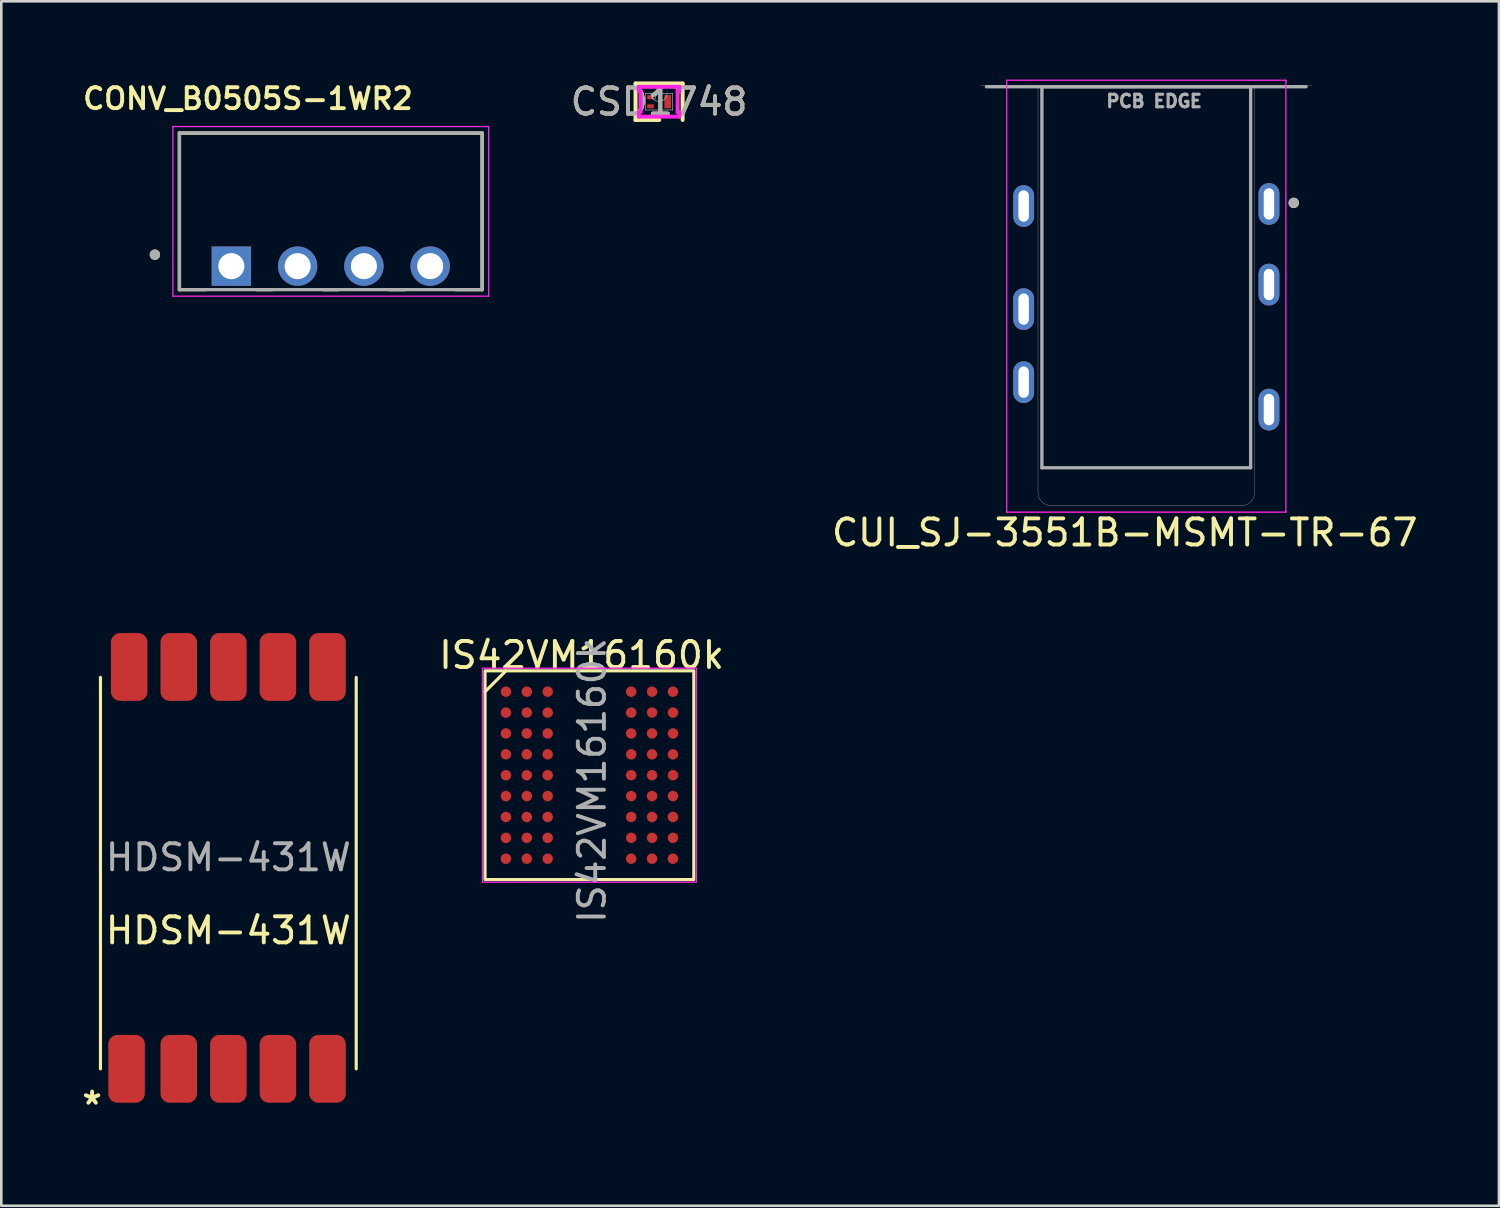
<source format=kicad_pcb>
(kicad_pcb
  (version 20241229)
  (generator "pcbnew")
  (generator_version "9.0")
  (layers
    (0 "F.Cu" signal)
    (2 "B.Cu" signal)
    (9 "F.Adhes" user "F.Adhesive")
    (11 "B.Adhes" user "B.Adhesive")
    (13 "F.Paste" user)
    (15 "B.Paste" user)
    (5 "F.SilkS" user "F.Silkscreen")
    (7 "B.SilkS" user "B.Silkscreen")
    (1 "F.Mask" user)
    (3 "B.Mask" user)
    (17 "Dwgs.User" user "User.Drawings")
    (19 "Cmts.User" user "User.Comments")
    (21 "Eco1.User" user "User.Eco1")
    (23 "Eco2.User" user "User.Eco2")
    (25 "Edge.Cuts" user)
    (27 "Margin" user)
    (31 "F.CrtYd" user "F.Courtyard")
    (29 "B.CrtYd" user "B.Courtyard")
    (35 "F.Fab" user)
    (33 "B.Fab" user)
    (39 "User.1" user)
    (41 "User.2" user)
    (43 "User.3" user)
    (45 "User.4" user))
  (footprint "IS42VM16160k"
    (layer "F.Cu")
    (at 15.437 22.556)
    (property "Reference" "IS42VM16160k" (at 3.8 -0.5 0) (unlocked yes) (layer "F.SilkS") (effects (font (size 1 1) (thickness 0.15))))
    (attr smd)
    (fp_line (start 0.9 0.1) (end 0.1 0.9) (stroke (width 0.12) (type default)) (layer "F.SilkS"))
    (fp_rect (start 0.1 0.1) (end 8.1 8.1) (stroke (width 0.12) (type default)) (fill no) (layer "F.SilkS"))
    (fp_rect (start 0 0) (end 8.2 8.2) (stroke (width 0.05) (type default)) (fill no) (layer "F.CrtYd"))
    (fp_text user "${REFERENCE}" (at 4.2 4.3 90) (unlocked yes) (layer "F.Fab") (effects (font (size 1 1) (thickness 0.15))))
    (pad "A1" smd circle (at 0.9 0.9) (size 0.4 0.4) (layers "F.Cu" "F.Mask" "F.Paste"))
    (pad "A2" smd circle (at 1.7 0.9) (size 0.4 0.4) (layers "F.Cu" "F.Mask" "F.Paste"))
    (pad "A3" smd circle (at 2.5 0.9) (size 0.4 0.4) (layers "F.Cu" "F.Mask" "F.Paste"))
    (pad "A7" smd circle (at 5.7 0.9) (size 0.4 0.4) (layers "F.Cu" "F.Mask" "F.Paste"))
    (pad "A8" smd circle (at 6.5 0.9) (size 0.4 0.4) (layers "F.Cu" "F.Mask" "F.Paste"))
    (pad "A9" smd circle (at 7.3 0.9) (size 0.4 0.4) (layers "F.Cu" "F.Mask" "F.Paste"))
    (pad "B1" smd circle (at 0.9 1.7) (size 0.4 0.4) (layers "F.Cu" "F.Mask" "F.Paste"))
    (pad "B2" smd circle (at 1.7 1.7) (size 0.4 0.4) (layers "F.Cu" "F.Mask" "F.Paste"))
    (pad "B3" smd circle (at 2.5 1.7) (size 0.4 0.4) (layers "F.Cu" "F.Mask" "F.Paste"))
    (pad "B7" smd circle (at 5.7 1.7) (size 0.4 0.4) (layers "F.Cu" "F.Mask" "F.Paste"))
    (pad "B8" smd circle (at 6.5 1.7) (size 0.4 0.4) (layers "F.Cu" "F.Mask" "F.Paste"))
    (pad "B9" smd circle (at 7.3 1.7) (size 0.4 0.4) (layers "F.Cu" "F.Mask" "F.Paste"))
    (pad "C1" smd circle (at 0.9 2.5) (size 0.4 0.4) (layers "F.Cu" "F.Mask" "F.Paste"))
    (pad "C2" smd circle (at 1.7 2.5) (size 0.4 0.4) (layers "F.Cu" "F.Mask" "F.Paste"))
    (pad "C3" smd circle (at 2.5 2.5) (size 0.4 0.4) (layers "F.Cu" "F.Mask" "F.Paste"))
    (pad "C7" smd circle (at 5.7 2.5) (size 0.4 0.4) (layers "F.Cu" "F.Mask" "F.Paste"))
    (pad "C8" smd circle (at 6.5 2.5) (size 0.4 0.4) (layers "F.Cu" "F.Mask" "F.Paste"))
    (pad "C9" smd circle (at 7.3 2.5) (size 0.4 0.4) (layers "F.Cu" "F.Mask" "F.Paste"))
    (pad "D1" smd circle (at 0.9 3.3) (size 0.4 0.4) (layers "F.Cu" "F.Mask" "F.Paste"))
    (pad "D2" smd circle (at 1.7 3.3) (size 0.4 0.4) (layers "F.Cu" "F.Mask" "F.Paste"))
    (pad "D3" smd circle (at 2.5 3.3) (size 0.4 0.4) (layers "F.Cu" "F.Mask" "F.Paste"))
    (pad "D7" smd circle (at 5.7 3.3) (size 0.4 0.4) (layers "F.Cu" "F.Mask" "F.Paste"))
    (pad "D8" smd circle (at 6.5 3.3) (size 0.4 0.4) (layers "F.Cu" "F.Mask" "F.Paste"))
    (pad "D9" smd circle (at 7.3 3.3) (size 0.4 0.4) (layers "F.Cu" "F.Mask" "F.Paste"))
    (pad "E1" smd circle (at 0.9 4.1) (size 0.4 0.4) (layers "F.Cu" "F.Mask" "F.Paste"))
    (pad "E2" smd circle (at 1.7 4.1) (size 0.4 0.4) (layers "F.Cu" "F.Mask" "F.Paste"))
    (pad "E3" smd circle (at 2.5 4.1) (size 0.4 0.4) (layers "F.Cu" "F.Mask" "F.Paste"))
    (pad "E7" smd circle (at 5.7 4.1) (size 0.4 0.4) (layers "F.Cu" "F.Mask" "F.Paste"))
    (pad "E8" smd circle (at 6.5 4.1) (size 0.4 0.4) (layers "F.Cu" "F.Mask" "F.Paste"))
    (pad "E9" smd circle (at 7.3 4.1) (size 0.4 0.4) (layers "F.Cu" "F.Mask" "F.Paste"))
    (pad "F1" smd circle (at 0.9 4.9) (size 0.4 0.4) (layers "F.Cu" "F.Mask" "F.Paste"))
    (pad "F2" smd circle (at 1.7 4.9) (size 0.4 0.4) (layers "F.Cu" "F.Mask" "F.Paste"))
    (pad "F3" smd circle (at 2.5 4.9) (size 0.4 0.4) (layers "F.Cu" "F.Mask" "F.Paste"))
    (pad "F7" smd circle (at 5.7 4.9) (size 0.4 0.4) (layers "F.Cu" "F.Mask" "F.Paste"))
    (pad "F8" smd circle (at 6.5 4.9) (size 0.4 0.4) (layers "F.Cu" "F.Mask" "F.Paste"))
    (pad "F9" smd circle (at 7.3 4.9) (size 0.4 0.4) (layers "F.Cu" "F.Mask" "F.Paste"))
    (pad "G1" smd circle (at 0.9 5.7) (size 0.4 0.4) (layers "F.Cu" "F.Mask" "F.Paste"))
    (pad "G2" smd circle (at 1.7 5.7) (size 0.4 0.4) (layers "F.Cu" "F.Mask" "F.Paste"))
    (pad "G3" smd circle (at 2.5 5.7) (size 0.4 0.4) (layers "F.Cu" "F.Mask" "F.Paste"))
    (pad "G7" smd circle (at 5.7 5.7) (size 0.4 0.4) (layers "F.Cu" "F.Mask" "F.Paste"))
    (pad "G8" smd circle (at 6.5 5.7) (size 0.4 0.4) (layers "F.Cu" "F.Mask" "F.Paste"))
    (pad "G9" smd circle (at 7.3 5.7) (size 0.4 0.4) (layers "F.Cu" "F.Mask" "F.Paste"))
    (pad "H1" smd circle (at 0.9 6.5) (size 0.4 0.4) (layers "F.Cu" "F.Mask" "F.Paste"))
    (pad "H2" smd circle (at 1.7 6.5) (size 0.4 0.4) (layers "F.Cu" "F.Mask" "F.Paste"))
    (pad "H3" smd circle (at 2.5 6.5) (size 0.4 0.4) (layers "F.Cu" "F.Mask" "F.Paste"))
    (pad "H7" smd circle (at 5.7 6.5) (size 0.4 0.4) (layers "F.Cu" "F.Mask" "F.Paste"))
    (pad "H8" smd circle (at 6.5 6.5) (size 0.4 0.4) (layers "F.Cu" "F.Mask" "F.Paste"))
    (pad "H9" smd circle (at 7.3 6.5) (size 0.4 0.4) (layers "F.Cu" "F.Mask" "F.Paste"))
    (pad "J1" smd circle (at 0.9 7.3) (size 0.4 0.4) (layers "F.Cu" "F.Mask" "F.Paste"))
    (pad "J2" smd circle (at 1.7 7.3) (size 0.4 0.4) (layers "F.Cu" "F.Mask" "F.Paste"))
    (pad "J3" smd circle (at 2.5 7.3) (size 0.4 0.4) (layers "F.Cu" "F.Mask" "F.Paste"))
    (pad "J7" smd circle (at 5.7 7.3) (size 0.4 0.4) (layers "F.Cu" "F.Mask" "F.Paste"))
    (pad "J8" smd circle (at 6.5 7.3) (size 0.4 0.4) (layers "F.Cu" "F.Mask" "F.Paste"))
    (pad "J9" smd circle (at 7.3 7.3) (size 0.4 0.4) (layers "F.Cu" "F.Mask" "F.Paste")))
  (footprint "CSD1748"
    (layer "F.Cu")
    (at 22.206 0.848)
    (property "Reference" "CSD1748" (at 0 0 0) (unlocked yes) (layer "F.SilkS") (effects (font (size 1 1) (thickness 0.15))))
    (attr smd)
    (fp_poly (pts (xy -0.457 -0.251) (xy -0.457 -0.099) (xy -0.203 -0.099) (xy -0.203 -0.251)) (stroke (width 0) (type solid)) (fill yes) (layer "F.Mask"))
    (fp_poly (pts (xy -0.457 0.099) (xy -0.457 0.251) (xy -0.203 0.251) (xy -0.203 0.099)) (stroke (width 0) (type solid)) (fill yes) (layer "F.Mask"))
    (fp_poly (pts (xy 0.203 -0.251) (xy 0.203 -0.099) (xy 0.457 -0.099) (xy 0.457 -0.251)) (stroke (width 0) (type solid)) (fill yes) (layer "F.Mask"))
    (fp_poly (pts (xy 0.203 0.099) (xy 0.203 0.251) (xy 0.457 0.251) (xy 0.457 0.099)) (stroke (width 0) (type solid)) (fill yes) (layer "F.Mask"))
    (fp_line (start -0.902 -0.699) (end -0.902 0.699) (stroke (width 0.152) (type solid)) (layer "F.SilkS"))
    (fp_line (start -0.902 0.699) (end 0.008 0.699) (stroke (width 0.152) (type solid)) (layer "F.SilkS"))
    (fp_line (start 0.902 -0.699) (end -0.902 -0.699) (stroke (width 0.152) (type solid)) (layer "F.SilkS"))
    (fp_line (start 0.902 0.699) (end 0.902 -0.699) (stroke (width 0.152) (type solid)) (layer "F.SilkS"))
    (fp_poly (pts (xy -0.457 -0.251) (xy -0.457 -0.099) (xy -0.203 -0.099) (xy -0.203 -0.251)) (stroke (width 0) (type solid)) (fill yes) (layer "F.Paste"))
    (fp_poly (pts (xy -0.457 0.099) (xy -0.457 0.251) (xy -0.203 0.251) (xy -0.203 0.099)) (stroke (width 0) (type solid)) (fill yes) (layer "F.Paste"))
    (fp_poly (pts (xy 0.203 -0.251) (xy 0.203 -0.099) (xy 0.457 -0.099) (xy 0.457 -0.251)) (stroke (width 0) (type solid)) (fill yes) (layer "F.Paste"))
    (fp_poly (pts (xy 0.203 0.099) (xy 0.203 0.251) (xy 0.457 0.251) (xy 0.457 0.099)) (stroke (width 0) (type solid)) (fill yes) (layer "F.Paste"))
    (fp_line (start -0.775 -0.572) (end 0.775 -0.572) (stroke (width 0.152) (type solid)) (layer "F.CrtYd"))
    (fp_line (start -0.775 -0.401) (end -0.775 -0.572) (stroke (width 0.152) (type solid)) (layer "F.CrtYd"))
    (fp_line (start -0.775 0.572) (end -0.775 0.401) (stroke (width 0.152) (type solid)) (layer "F.CrtYd"))
    (fp_line (start -0.711 -0.401) (end -0.775 -0.401) (stroke (width 0.152) (type solid)) (layer "F.CrtYd"))
    (fp_line (start -0.711 0.401) (end -0.775 0.401) (stroke (width 0.152) (type solid)) (layer "F.CrtYd"))
    (fp_line (start -0.711 0.401) (end -0.711 -0.401) (stroke (width 0.152) (type solid)) (layer "F.CrtYd"))
    (fp_line (start 0.711 -0.401) (end 0.711 0.401) (stroke (width 0.152) (type solid)) (layer "F.CrtYd"))
    (fp_line (start 0.711 -0.401) (end 0.775 -0.401) (stroke (width 0.152) (type solid)) (layer "F.CrtYd"))
    (fp_line (start 0.711 0.401) (end 0.775 0.401) (stroke (width 0.152) (type solid)) (layer "F.CrtYd"))
    (fp_line (start 0.775 -0.572) (end 0.775 -0.401) (stroke (width 0.152) (type solid)) (layer "F.CrtYd"))
    (fp_line (start 0.775 0.401) (end 0.775 0.572) (stroke (width 0.152) (type solid)) (layer "F.CrtYd"))
    (fp_line (start 0.775 0.572) (end -0.775 0.572) (stroke (width 0.152) (type solid)) (layer "F.CrtYd"))
    (fp_line (start -0.521 -0.318) (end -0.521 0.318) (stroke (width 0.025) (type solid)) (layer "F.Fab"))
    (fp_line (start -0.521 0.318) (end 0.521 0.318) (stroke (width 0.025) (type solid)) (layer "F.Fab"))
    (fp_line (start 0.521 -0.318) (end -0.521 -0.318) (stroke (width 0.025) (type solid)) (layer "F.Fab"))
    (fp_line (start 0.521 0.318) (end 0.521 -0.318) (stroke (width 0.025) (type solid)) (layer "F.Fab"))
    (fp_arc (start 0.3048 -0.3175) (mid 0 -0.0127) (end -0.3048 -0.3175) (stroke (width 0.0254) (type solid)) (layer "F.Fab"))
    (fp_circle (center -0.203 -0.175) (end -0.127 -0.175) (stroke (width 0.025) (type solid)) (fill no) (layer "F.Fab"))
    (fp_text user "${REFERENCE}" (at 0 0 0) (unlocked yes) (layer "F.Fab") (effects (font (size 1 1) (thickness 0.15))))
    (pad "1" smd rect (at -0.33 -0.175) (size 0.254 0.152) (layers "F.Cu" "F.Mask" "F.Paste"))
    (pad "2" smd rect (at -0.33 0.175) (size 0.254 0.152) (layers "F.Cu" "F.Mask" "F.Paste"))
    (pad "3" smd rect (at 0.33 0) (size 0.254 0.508) (layers "F.Cu" "F.Mask" "F.Paste")))
  (footprint "HDSM-431W"
    (layer "F.Cu")
    (at 1.9 37.908)
    (property "Reference" "HDSM-431W" (at 3.8 -5.3 0) (unlocked yes) (layer "F.SilkS") (effects (font (size 1 1) (thickness 0.15))))
    (attr smd)
    (fp_line (start -1.1 0) (end -1.1 -15) (stroke (width 0.12) (type default)) (layer "F.SilkS"))
    (fp_line (start 8.7 0) (end 8.7 -15) (stroke (width 0.12) (type default)) (layer "F.SilkS"))
    (fp_text user "*" (at -1.9 2 0) (unlocked yes) (layer "F.SilkS") (effects (font (size 1 1) (thickness 0.15)) (justify left bottom)))
    (fp_text user "${REFERENCE}" (at 3.8 -8.1 0) (unlocked yes) (layer "F.Fab") (effects (font (size 1 1) (thickness 0.15))))
    (pad "1" smd roundrect (at -0.1 0) (size 1.4 2.6) (layers "F.Cu" "F.Mask" "F.Paste") (roundrect_rratio 0.25))
    (pad "2" smd roundrect (at 1.9 0) (size 1.4 2.6) (layers "F.Cu" "F.Mask" "F.Paste") (roundrect_rratio 0.25))
    (pad "3" smd roundrect (at 3.8 0) (size 1.4 2.6) (layers "F.Cu" "F.Mask" "F.Paste") (roundrect_rratio 0.25))
    (pad "4" smd roundrect (at 5.7 0) (size 1.4 2.6) (layers "F.Cu" "F.Mask" "F.Paste") (roundrect_rratio 0.25))
    (pad "5" smd roundrect (at 7.6 0) (size 1.4 2.6) (layers "F.Cu" "F.Mask" "F.Paste") (roundrect_rratio 0.25))
    (pad "6" smd roundrect (at 7.6 -15.4) (size 1.4 2.6) (layers "F.Cu" "F.Mask" "F.Paste") (roundrect_rratio 0.25))
    (pad "7" smd roundrect (at 5.7 -15.4) (size 1.4 2.6) (layers "F.Cu" "F.Mask" "F.Paste") (roundrect_rratio 0.25))
    (pad "8" smd roundrect (at 3.8 -15.4) (size 1.4 2.6) (layers "F.Cu" "F.Mask" "F.Paste") (roundrect_rratio 0.25))
    (pad "9" smd roundrect (at 1.9 -15.4) (size 1.4 2.6) (layers "F.Cu" "F.Mask" "F.Paste") (roundrect_rratio 0.25))
    (pad "10" smd roundrect (at 0 -15.4) (size 1.4 2.6) (layers "F.Cu" "F.Mask" "F.Paste") (roundrect_rratio 0.25)))
  (footprint "CONV_B0505S-1WR2"
    (layer "F.Cu")
    (at 9.625 5.049)
    (property "Reference" "CONV_B0505S-1WR2" (at -3.175 -4.318 0) (layer "F.SilkS") (effects (font (size 0.8 0.8) (thickness 0.15))))
    (attr through_hole)
    (fp_line (start -5.8 -3) (end -5.8 3) (stroke (width 0.127) (type solid)) (layer "F.SilkS"))
    (fp_line (start -5.8 3) (end -4.785 3) (stroke (width 0.127) (type solid)) (layer "F.SilkS"))
    (fp_line (start -2.835 3) (end -2.245 3) (stroke (width 0.127) (type solid)) (layer "F.SilkS"))
    (fp_line (start -0.295 3) (end 0.295 3) (stroke (width 0.127) (type solid)) (layer "F.SilkS"))
    (fp_line (start 2.245 3) (end 2.835 3) (stroke (width 0.127) (type solid)) (layer "F.SilkS"))
    (fp_line (start 4.785 3) (end 5.8 3) (stroke (width 0.127) (type solid)) (layer "F.SilkS"))
    (fp_line (start 5.8 -3) (end -5.8 -3) (stroke (width 0.127) (type solid)) (layer "F.SilkS"))
    (fp_line (start 5.8 3) (end 5.8 -3) (stroke (width 0.127) (type solid)) (layer "F.SilkS"))
    (fp_circle (center -6.74 1.66) (end -6.64 1.66) (stroke (width 0.2) (type solid)) (fill no) (layer "F.SilkS"))
    (fp_line (start -6.05 -3.25) (end 6.05 -3.25) (stroke (width 0.05) (type solid)) (layer "F.CrtYd"))
    (fp_line (start -6.05 3.25) (end -6.05 -3.25) (stroke (width 0.05) (type solid)) (layer "F.CrtYd"))
    (fp_line (start 6.05 -3.25) (end 6.05 3.25) (stroke (width 0.05) (type solid)) (layer "F.CrtYd"))
    (fp_line (start 6.05 3.25) (end -6.05 3.25) (stroke (width 0.05) (type solid)) (layer "F.CrtYd"))
    (fp_line (start -5.8 -3) (end -5.8 3) (stroke (width 0.127) (type solid)) (layer "F.Fab"))
    (fp_line (start -5.8 3) (end 5.8 3) (stroke (width 0.127) (type solid)) (layer "F.Fab"))
    (fp_line (start 5.8 -3) (end -5.8 -3) (stroke (width 0.127) (type solid)) (layer "F.Fab"))
    (fp_line (start 5.8 3) (end 5.8 -3) (stroke (width 0.127) (type solid)) (layer "F.Fab"))
    (fp_circle (center -6.74 1.66) (end -6.64 1.66) (stroke (width 0.2) (type solid)) (fill no) (layer "F.Fab"))
    (pad "1" thru_hole rect (at -3.81 2.1) (size 1.508 1.508) (drill 1) (layers "*.Cu" "*.Mask"))
    (pad "2" thru_hole circle (at -1.27 2.1) (size 1.508 1.508) (drill 1) (layers "*.Cu" "*.Mask"))
    (pad "3" thru_hole circle (at 1.27 2.1) (size 1.508 1.508) (drill 1) (layers "*.Cu" "*.Mask"))
    (pad "4" thru_hole circle (at 3.81 2.1) (size 1.508 1.508) (drill 1) (layers "*.Cu" "*.Mask")))
  (footprint "CUI_SJ-3551B-MSMT-TR-67"
    (layer "F.Cu")
    (at 40.876 3.225)
    (property "Reference" "CUI_SJ-3551B-MSMT-TR-67" (at -0.825 14.135 0) (layer "F.SilkS") (effects (font (size 1 1) (thickness 0.15))))
    (attr through_hole)
    (fp_circle (center 5.65 1.5) (end 5.75 1.5) (stroke (width 0.2) (type solid)) (fill no) (layer "F.SilkS"))
    (fp_line (start -6.35 -3) (end -4.15 -3) (stroke (width 0.01) (type solid)) (layer "Edge.Cuts"))
    (fp_line (start -4.15 -3) (end -4.15 12.6) (stroke (width 0.01) (type solid)) (layer "Edge.Cuts"))
    (fp_line (start 3.65 13.1) (end -3.65 13.1) (stroke (width 0.01) (type solid)) (layer "Edge.Cuts"))
    (fp_line (start 4.15 -3) (end 4.15 12.6) (stroke (width 0.01) (type solid)) (layer "Edge.Cuts"))
    (fp_line (start 6.35 -3) (end 4.15 -3) (stroke (width 0.01) (type solid)) (layer "Edge.Cuts"))
    (fp_arc (start -3.65 13.1) (mid -4.003553 12.953553) (end -4.15 12.6) (stroke (width 0.01) (type solid)) (layer "Edge.Cuts"))
    (fp_arc (start 4.15 12.6) (mid 4.003553 12.953553) (end 3.65 13.1) (stroke (width 0.01) (type solid)) (layer "Edge.Cuts"))
    (fp_line (start -5.35 -3.2) (end 5.35 -3.2) (stroke (width 0.05) (type solid)) (layer "F.CrtYd"))
    (fp_line (start -5.35 13.35) (end -5.35 -3.2) (stroke (width 0.05) (type solid)) (layer "F.CrtYd"))
    (fp_line (start 5.35 -3.2) (end 5.35 13.35) (stroke (width 0.05) (type solid)) (layer "F.CrtYd"))
    (fp_line (start 5.35 13.35) (end -5.35 13.35) (stroke (width 0.05) (type solid)) (layer "F.CrtYd"))
    (fp_line (start -6.125 -2.95) (end 6.125 -2.95) (stroke (width 0.127) (type solid)) (layer "F.Fab"))
    (fp_line (start -4 -2.95) (end 4 -2.95) (stroke (width 0.127) (type solid)) (layer "F.Fab"))
    (fp_line (start -4 11.65) (end -4 -2.95) (stroke (width 0.127) (type solid)) (layer "F.Fab"))
    (fp_line (start 4 -2.95) (end 4 11.65) (stroke (width 0.127) (type solid)) (layer "F.Fab"))
    (fp_line (start 4 11.65) (end -4 11.65) (stroke (width 0.127) (type solid)) (layer "F.Fab"))
    (fp_circle (center 5.65 1.5) (end 5.75 1.5) (stroke (width 0.2) (type solid)) (fill no) (layer "F.Fab"))
    (fp_text user "PCB EDGE" (at 0.3 -2.4 0) (layer "F.Fab") (effects (font (size 0.48 0.48) (thickness 0.12))))
    (pad "1" thru_hole oval (at 4.7 1.54) (size 0.8 1.6) (drill oval 0.4 1.2) (layers "*.Cu" "*.Mask"))
    (pad "2" thru_hole oval (at 4.7 9.42) (size 0.8 1.6) (drill oval 0.4 1.2) (layers "*.Cu" "*.Mask"))
    (pad "3" thru_hole oval (at 4.7 4.63) (size 0.8 1.6) (drill oval 0.4 1.2) (layers "*.Cu" "*.Mask"))
    (pad "4" thru_hole oval (at -4.7 1.62) (size 0.8 1.6) (drill oval 0.4 1.2) (layers "*.Cu" "*.Mask"))
    (pad "5" thru_hole oval (at -4.7 5.57) (size 0.8 1.6) (drill oval 0.4 1.2) (layers "*.Cu" "*.Mask"))
    (pad "6" thru_hole oval (at -4.7 8.37) (size 0.8 1.6) (drill oval 0.4 1.2) (layers "*.Cu" "*.Mask")))
  (gr_rect
    (start -3 -3)
    (end 54.39 43.155)
    (stroke (width 0.1) (type default))
    (fill no)
    (layer "Edge.Cuts")))
</source>
